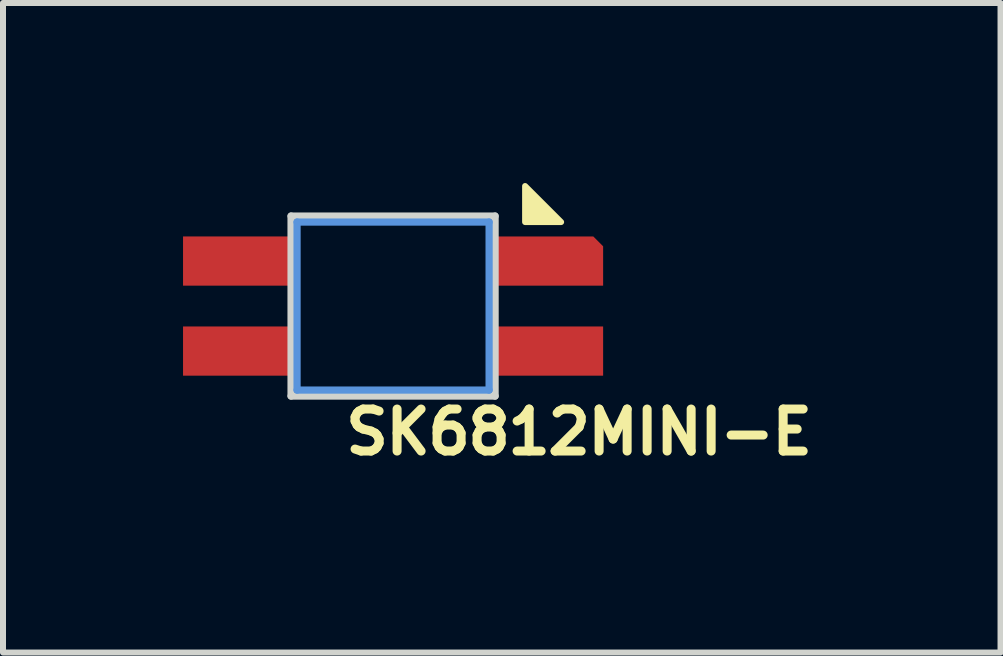
<source format=kicad_pcb>
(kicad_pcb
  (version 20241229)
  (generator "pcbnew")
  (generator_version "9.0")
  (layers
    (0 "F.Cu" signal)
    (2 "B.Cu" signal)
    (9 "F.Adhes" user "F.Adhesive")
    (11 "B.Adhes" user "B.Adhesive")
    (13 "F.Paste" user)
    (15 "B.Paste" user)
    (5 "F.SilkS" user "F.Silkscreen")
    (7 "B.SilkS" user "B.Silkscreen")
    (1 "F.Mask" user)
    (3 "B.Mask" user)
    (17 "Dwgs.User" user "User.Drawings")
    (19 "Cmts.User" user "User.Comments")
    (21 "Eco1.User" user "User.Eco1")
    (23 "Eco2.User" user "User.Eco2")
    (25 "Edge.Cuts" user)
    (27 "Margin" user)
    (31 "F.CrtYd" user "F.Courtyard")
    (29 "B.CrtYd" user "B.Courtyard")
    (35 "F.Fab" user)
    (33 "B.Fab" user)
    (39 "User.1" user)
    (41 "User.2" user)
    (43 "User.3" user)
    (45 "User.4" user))
  (footprint "SK6812MINI-E"
    (layer "F.Cu")
    (at 3.5 2.05)
    (property "Reference" "SK6812MINI-E" (at 3.1 2.1 0) (unlocked yes) (layer "F.SilkS") (effects (font (size 0.7 0.7) (thickness 0.15))))
    (attr through_hole)
    (fp_poly (pts (xy 2.8 -1.4) (xy 2.2 -1.4) (xy 2.2 -2)) (stroke (width 0.1) (type solid)) (fill yes) (layer "F.SilkS"))
    (fp_line (start -1.6 -1.4) (end 1.6 -1.4) (stroke (width 0.12) (type solid)) (layer "Cmts.User"))
    (fp_line (start -1.6 1.4) (end -1.6 -1.4) (stroke (width 0.12) (type solid)) (layer "Cmts.User"))
    (fp_line (start 1.6 -1.4) (end 1.6 1.4) (stroke (width 0.12) (type solid)) (layer "Cmts.User"))
    (fp_line (start 1.6 1.4) (end -1.6 1.4) (stroke (width 0.12) (type solid)) (layer "Cmts.User"))
    (fp_line (start -1.7 -1.5) (end 1.7 -1.5) (stroke (width 0.12) (type solid)) (layer "Edge.Cuts"))
    (fp_line (start -1.7 1.5) (end -1.7 -1.5) (stroke (width 0.12) (type solid)) (layer "Edge.Cuts"))
    (fp_line (start 1.7 -1.5) (end 1.7 1.5) (stroke (width 0.12) (type solid)) (layer "Edge.Cuts"))
    (fp_line (start 1.7 1.5) (end -1.7 1.5) (stroke (width 0.12) (type solid)) (layer "Edge.Cuts"))
    (pad "1" smd rect (at -2.6 -0.75) (size 1.8 0.82) (layers "F.Cu" "F.Mask" "F.Paste"))
    (pad "2" smd roundrect (at 2.6 -0.75) (size 1.8 0.82) (layers "F.Cu" "F.Mask" "F.Paste") (roundrect_rratio 0) (chamfer_ratio 0.2) (chamfer top_right))
    (pad "3" smd rect (at 2.6 0.75) (size 1.8 0.82) (layers "F.Cu" "F.Mask" "F.Paste"))
    (pad "4" smd rect (at -2.6 0.75) (size 1.8 0.82) (layers "F.Cu" "F.Mask" "F.Paste")))
  (gr_rect
    (start -3 -3)
    (end 13.622 7.823)
    (stroke (width 0.1) (type default))
    (fill no)
    (layer "Edge.Cuts")))
</source>
